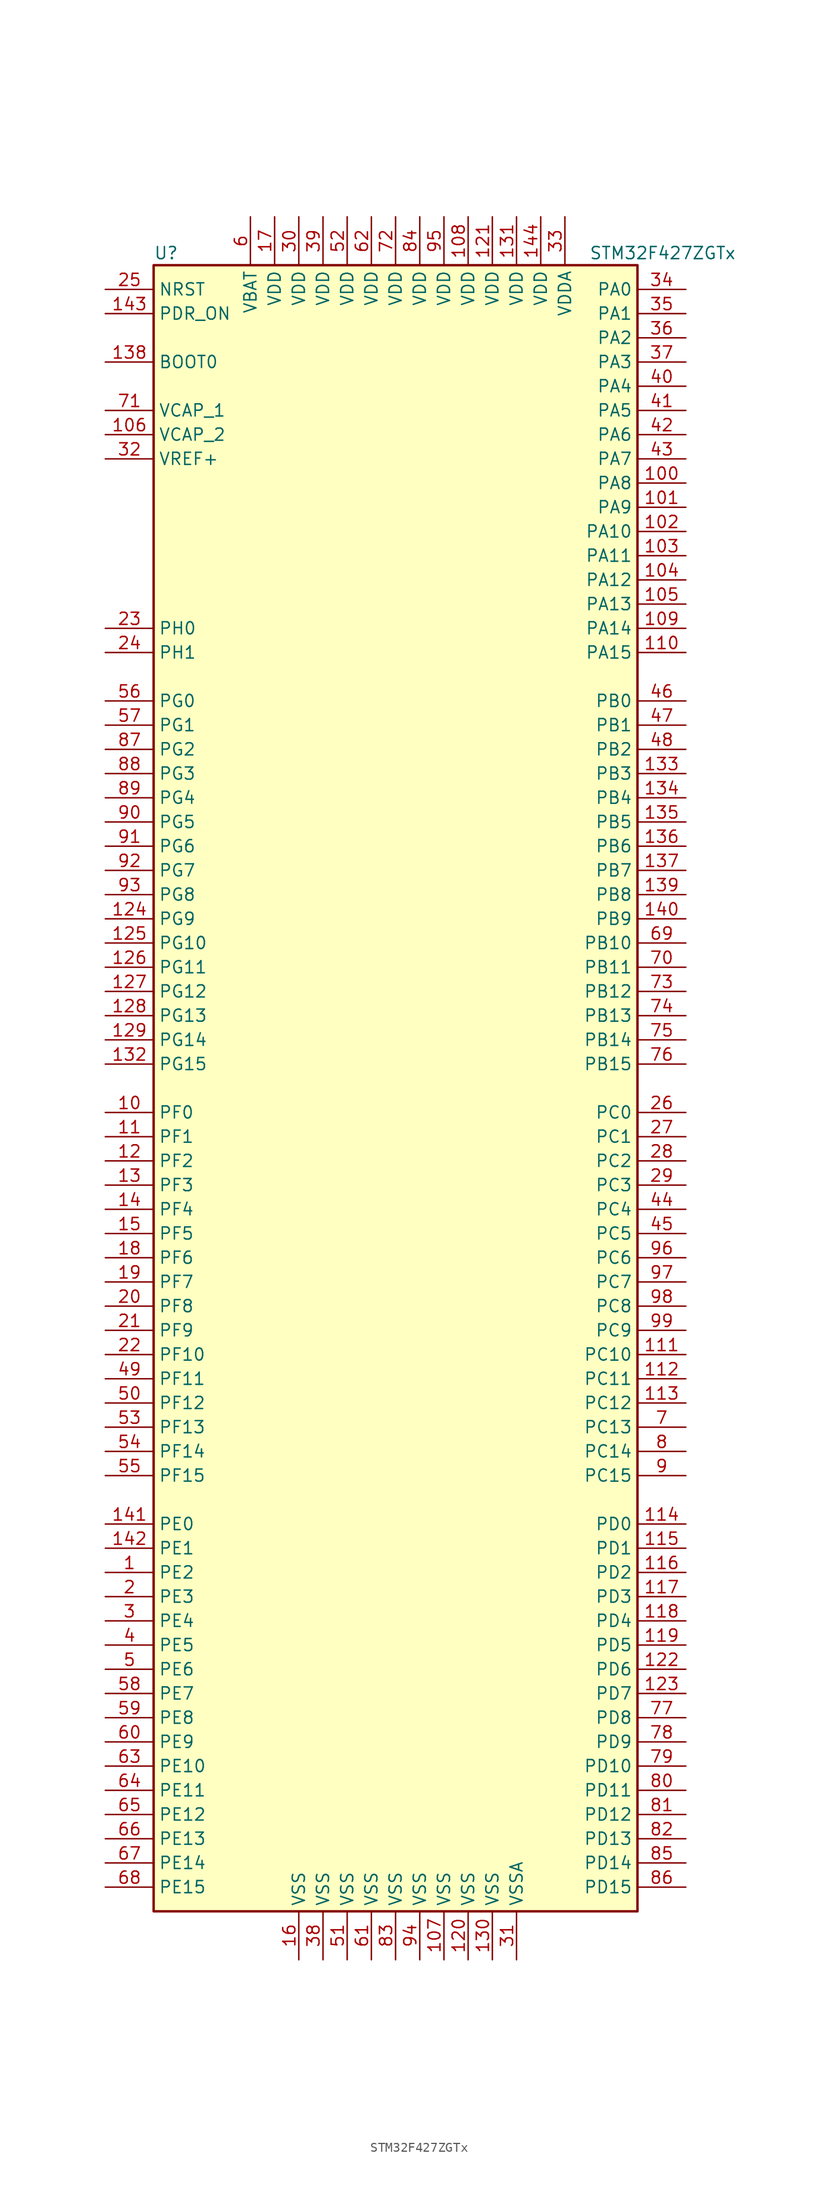
<source format=kicad_sym>
(kicad_symbol_lib
  (version 20211014)
  (generator kicad_symbol_editor)
  (symbol "STM32F427ZGTx"
    (property "Reference" "U"
      (at -25.4 87.63 0)
      (effects (font (size 1.27 1.27)) (justify left)))
    (property "Value" "STM32F427ZGTx"
      (at 20.32 87.63 0)
      (effects (font (size 1.27 1.27)) (justify left)))
    (symbol "STM32F427ZGTx_0_1"
      (rectangle (start -25.4 -86.36) (end 25.4 86.36) (stroke (width 0.254) (type default) (color 0 0 0 0)) (fill (type background))))
    (symbol "STM32F427ZGTx_1_1"
      (pin bidirectional line (at -30.48 -50.8 0) (length 5.08) (name "PE2" (effects (font (size 1.27 1.27)))) (number "1" (effects (font (size 1.27 1.27)))))
      (pin bidirectional line (at -30.48 -2.54 0) (length 5.08) (name "PF0" (effects (font (size 1.27 1.27)))) (number "10" (effects (font (size 1.27 1.27)))))
      (pin bidirectional line (at 30.48 63.5 180) (length 5.08) (name "PA8" (effects (font (size 1.27 1.27)))) (number "100" (effects (font (size 1.27 1.27)))))
      (pin bidirectional line (at 30.48 60.96 180) (length 5.08) (name "PA9" (effects (font (size 1.27 1.27)))) (number "101" (effects (font (size 1.27 1.27)))))
      (pin bidirectional line (at 30.48 58.42 180) (length 5.08) (name "PA10" (effects (font (size 1.27 1.27)))) (number "102" (effects (font (size 1.27 1.27)))))
      (pin bidirectional line (at 30.48 55.88 180) (length 5.08) (name "PA11" (effects (font (size 1.27 1.27)))) (number "103" (effects (font (size 1.27 1.27)))))
      (pin bidirectional line (at 30.48 53.34 180) (length 5.08) (name "PA12" (effects (font (size 1.27 1.27)))) (number "104" (effects (font (size 1.27 1.27)))))
      (pin bidirectional line (at 30.48 50.8 180) (length 5.08) (name "PA13" (effects (font (size 1.27 1.27)))) (number "105" (effects (font (size 1.27 1.27)))))
      (pin power_in line (at -30.48 68.58 0) (length 5.08) (name "VCAP_2" (effects (font (size 1.27 1.27)))) (number "106" (effects (font (size 1.27 1.27)))))
      (pin power_in line (at 5.08 -91.44 90) (length 5.08) (name "VSS" (effects (font (size 1.27 1.27)))) (number "107" (effects (font (size 1.27 1.27)))))
      (pin power_in line (at 7.62 91.44 270) (length 5.08) (name "VDD" (effects (font (size 1.27 1.27)))) (number "108" (effects (font (size 1.27 1.27)))))
      (pin bidirectional line (at 30.48 48.26 180) (length 5.08) (name "PA14" (effects (font (size 1.27 1.27)))) (number "109" (effects (font (size 1.27 1.27)))))
      (pin bidirectional line (at -30.48 -5.08 0) (length 5.08) (name "PF1" (effects (font (size 1.27 1.27)))) (number "11" (effects (font (size 1.27 1.27)))))
      (pin bidirectional line (at 30.48 45.72 180) (length 5.08) (name "PA15" (effects (font (size 1.27 1.27)))) (number "110" (effects (font (size 1.27 1.27)))))
      (pin bidirectional line (at 30.48 -27.94 180) (length 5.08) (name "PC10" (effects (font (size 1.27 1.27)))) (number "111" (effects (font (size 1.27 1.27)))))
      (pin bidirectional line (at 30.48 -30.48 180) (length 5.08) (name "PC11" (effects (font (size 1.27 1.27)))) (number "112" (effects (font (size 1.27 1.27)))))
      (pin bidirectional line (at 30.48 -33.02 180) (length 5.08) (name "PC12" (effects (font (size 1.27 1.27)))) (number "113" (effects (font (size 1.27 1.27)))))
      (pin bidirectional line (at 30.48 -45.72 180) (length 5.08) (name "PD0" (effects (font (size 1.27 1.27)))) (number "114" (effects (font (size 1.27 1.27)))))
      (pin bidirectional line (at 30.48 -48.26 180) (length 5.08) (name "PD1" (effects (font (size 1.27 1.27)))) (number "115" (effects (font (size 1.27 1.27)))))
      (pin bidirectional line (at 30.48 -50.8 180) (length 5.08) (name "PD2" (effects (font (size 1.27 1.27)))) (number "116" (effects (font (size 1.27 1.27)))))
      (pin bidirectional line (at 30.48 -53.34 180) (length 5.08) (name "PD3" (effects (font (size 1.27 1.27)))) (number "117" (effects (font (size 1.27 1.27)))))
      (pin bidirectional line (at 30.48 -55.88 180) (length 5.08) (name "PD4" (effects (font (size 1.27 1.27)))) (number "118" (effects (font (size 1.27 1.27)))))
      (pin bidirectional line (at 30.48 -58.42 180) (length 5.08) (name "PD5" (effects (font (size 1.27 1.27)))) (number "119" (effects (font (size 1.27 1.27)))))
      (pin bidirectional line (at -30.48 -7.62 0) (length 5.08) (name "PF2" (effects (font (size 1.27 1.27)))) (number "12" (effects (font (size 1.27 1.27)))))
      (pin power_in line (at 7.62 -91.44 90) (length 5.08) (name "VSS" (effects (font (size 1.27 1.27)))) (number "120" (effects (font (size 1.27 1.27)))))
      (pin power_in line (at 10.16 91.44 270) (length 5.08) (name "VDD" (effects (font (size 1.27 1.27)))) (number "121" (effects (font (size 1.27 1.27)))))
      (pin bidirectional line (at 30.48 -60.96 180) (length 5.08) (name "PD6" (effects (font (size 1.27 1.27)))) (number "122" (effects (font (size 1.27 1.27)))))
      (pin bidirectional line (at 30.48 -63.5 180) (length 5.08) (name "PD7" (effects (font (size 1.27 1.27)))) (number "123" (effects (font (size 1.27 1.27)))))
      (pin bidirectional line (at -30.48 17.78 0) (length 5.08) (name "PG9" (effects (font (size 1.27 1.27)))) (number "124" (effects (font (size 1.27 1.27)))))
      (pin bidirectional line (at -30.48 15.24 0) (length 5.08) (name "PG10" (effects (font (size 1.27 1.27)))) (number "125" (effects (font (size 1.27 1.27)))))
      (pin bidirectional line (at -30.48 12.7 0) (length 5.08) (name "PG11" (effects (font (size 1.27 1.27)))) (number "126" (effects (font (size 1.27 1.27)))))
      (pin bidirectional line (at -30.48 10.16 0) (length 5.08) (name "PG12" (effects (font (size 1.27 1.27)))) (number "127" (effects (font (size 1.27 1.27)))))
      (pin bidirectional line (at -30.48 7.62 0) (length 5.08) (name "PG13" (effects (font (size 1.27 1.27)))) (number "128" (effects (font (size 1.27 1.27)))))
      (pin bidirectional line (at -30.48 5.08 0) (length 5.08) (name "PG14" (effects (font (size 1.27 1.27)))) (number "129" (effects (font (size 1.27 1.27)))))
      (pin bidirectional line (at -30.48 -10.16 0) (length 5.08) (name "PF3" (effects (font (size 1.27 1.27)))) (number "13" (effects (font (size 1.27 1.27)))))
      (pin power_in line (at 10.16 -91.44 90) (length 5.08) (name "VSS" (effects (font (size 1.27 1.27)))) (number "130" (effects (font (size 1.27 1.27)))))
      (pin power_in line (at 12.7 91.44 270) (length 5.08) (name "VDD" (effects (font (size 1.27 1.27)))) (number "131" (effects (font (size 1.27 1.27)))))
      (pin bidirectional line (at -30.48 2.54 0) (length 5.08) (name "PG15" (effects (font (size 1.27 1.27)))) (number "132" (effects (font (size 1.27 1.27)))))
      (pin bidirectional line (at 30.48 33.02 180) (length 5.08) (name "PB3" (effects (font (size 1.27 1.27)))) (number "133" (effects (font (size 1.27 1.27)))))
      (pin bidirectional line (at 30.48 30.48 180) (length 5.08) (name "PB4" (effects (font (size 1.27 1.27)))) (number "134" (effects (font (size 1.27 1.27)))))
      (pin bidirectional line (at 30.48 27.94 180) (length 5.08) (name "PB5" (effects (font (size 1.27 1.27)))) (number "135" (effects (font (size 1.27 1.27)))))
      (pin bidirectional line (at 30.48 25.4 180) (length 5.08) (name "PB6" (effects (font (size 1.27 1.27)))) (number "136" (effects (font (size 1.27 1.27)))))
      (pin bidirectional line (at 30.48 22.86 180) (length 5.08) (name "PB7" (effects (font (size 1.27 1.27)))) (number "137" (effects (font (size 1.27 1.27)))))
      (pin input line (at -30.48 76.2 0) (length 5.08) (name "BOOT0" (effects (font (size 1.27 1.27)))) (number "138" (effects (font (size 1.27 1.27)))))
      (pin bidirectional line (at 30.48 20.32 180) (length 5.08) (name "PB8" (effects (font (size 1.27 1.27)))) (number "139" (effects (font (size 1.27 1.27)))))
      (pin bidirectional line (at -30.48 -12.7 0) (length 5.08) (name "PF4" (effects (font (size 1.27 1.27)))) (number "14" (effects (font (size 1.27 1.27)))))
      (pin bidirectional line (at 30.48 17.78 180) (length 5.08) (name "PB9" (effects (font (size 1.27 1.27)))) (number "140" (effects (font (size 1.27 1.27)))))
      (pin bidirectional line (at -30.48 -45.72 0) (length 5.08) (name "PE0" (effects (font (size 1.27 1.27)))) (number "141" (effects (font (size 1.27 1.27)))))
      (pin bidirectional line (at -30.48 -48.26 0) (length 5.08) (name "PE1" (effects (font (size 1.27 1.27)))) (number "142" (effects (font (size 1.27 1.27)))))
      (pin input line (at -30.48 81.28 0) (length 5.08) (name "PDR_ON" (effects (font (size 1.27 1.27)))) (number "143" (effects (font (size 1.27 1.27)))))
      (pin power_in line (at 15.24 91.44 270) (length 5.08) (name "VDD" (effects (font (size 1.27 1.27)))) (number "144" (effects (font (size 1.27 1.27)))))
      (pin bidirectional line (at -30.48 -15.24 0) (length 5.08) (name "PF5" (effects (font (size 1.27 1.27)))) (number "15" (effects (font (size 1.27 1.27)))))
      (pin power_in line (at -10.16 -91.44 90) (length 5.08) (name "VSS" (effects (font (size 1.27 1.27)))) (number "16" (effects (font (size 1.27 1.27)))))
      (pin power_in line (at -12.7 91.44 270) (length 5.08) (name "VDD" (effects (font (size 1.27 1.27)))) (number "17" (effects (font (size 1.27 1.27)))))
      (pin bidirectional line (at -30.48 -17.78 0) (length 5.08) (name "PF6" (effects (font (size 1.27 1.27)))) (number "18" (effects (font (size 1.27 1.27)))))
      (pin bidirectional line (at -30.48 -20.32 0) (length 5.08) (name "PF7" (effects (font (size 1.27 1.27)))) (number "19" (effects (font (size 1.27 1.27)))))
      (pin bidirectional line (at -30.48 -53.34 0) (length 5.08) (name "PE3" (effects (font (size 1.27 1.27)))) (number "2" (effects (font (size 1.27 1.27)))))
      (pin bidirectional line (at -30.48 -22.86 0) (length 5.08) (name "PF8" (effects (font (size 1.27 1.27)))) (number "20" (effects (font (size 1.27 1.27)))))
      (pin bidirectional line (at -30.48 -25.4 0) (length 5.08) (name "PF9" (effects (font (size 1.27 1.27)))) (number "21" (effects (font (size 1.27 1.27)))))
      (pin bidirectional line (at -30.48 -27.94 0) (length 5.08) (name "PF10" (effects (font (size 1.27 1.27)))) (number "22" (effects (font (size 1.27 1.27)))))
      (pin input line (at -30.48 48.26 0) (length 5.08) (name "PH0" (effects (font (size 1.27 1.27)))) (number "23" (effects (font (size 1.27 1.27)))))
      (pin input line (at -30.48 45.72 0) (length 5.08) (name "PH1" (effects (font (size 1.27 1.27)))) (number "24" (effects (font (size 1.27 1.27)))))
      (pin input line (at -30.48 83.82 0) (length 5.08) (name "NRST" (effects (font (size 1.27 1.27)))) (number "25" (effects (font (size 1.27 1.27)))))
      (pin bidirectional line (at 30.48 -2.54 180) (length 5.08) (name "PC0" (effects (font (size 1.27 1.27)))) (number "26" (effects (font (size 1.27 1.27)))))
      (pin bidirectional line (at 30.48 -5.08 180) (length 5.08) (name "PC1" (effects (font (size 1.27 1.27)))) (number "27" (effects (font (size 1.27 1.27)))))
      (pin bidirectional line (at 30.48 -7.62 180) (length 5.08) (name "PC2" (effects (font (size 1.27 1.27)))) (number "28" (effects (font (size 1.27 1.27)))))
      (pin bidirectional line (at 30.48 -10.16 180) (length 5.08) (name "PC3" (effects (font (size 1.27 1.27)))) (number "29" (effects (font (size 1.27 1.27)))))
      (pin bidirectional line (at -30.48 -55.88 0) (length 5.08) (name "PE4" (effects (font (size 1.27 1.27)))) (number "3" (effects (font (size 1.27 1.27)))))
      (pin power_in line (at -10.16 91.44 270) (length 5.08) (name "VDD" (effects (font (size 1.27 1.27)))) (number "30" (effects (font (size 1.27 1.27)))))
      (pin power_in line (at 12.7 -91.44 90) (length 5.08) (name "VSSA" (effects (font (size 1.27 1.27)))) (number "31" (effects (font (size 1.27 1.27)))))
      (pin power_in line (at -30.48 66.04 0) (length 5.08) (name "VREF+" (effects (font (size 1.27 1.27)))) (number "32" (effects (font (size 1.27 1.27)))))
      (pin power_in line (at 17.78 91.44 270) (length 5.08) (name "VDDA" (effects (font (size 1.27 1.27)))) (number "33" (effects (font (size 1.27 1.27)))))
      (pin bidirectional line (at 30.48 83.82 180) (length 5.08) (name "PA0" (effects (font (size 1.27 1.27)))) (number "34" (effects (font (size 1.27 1.27)))))
      (pin bidirectional line (at 30.48 81.28 180) (length 5.08) (name "PA1" (effects (font (size 1.27 1.27)))) (number "35" (effects (font (size 1.27 1.27)))))
      (pin bidirectional line (at 30.48 78.74 180) (length 5.08) (name "PA2" (effects (font (size 1.27 1.27)))) (number "36" (effects (font (size 1.27 1.27)))))
      (pin bidirectional line (at 30.48 76.2 180) (length 5.08) (name "PA3" (effects (font (size 1.27 1.27)))) (number "37" (effects (font (size 1.27 1.27)))))
      (pin power_in line (at -7.62 -91.44 90) (length 5.08) (name "VSS" (effects (font (size 1.27 1.27)))) (number "38" (effects (font (size 1.27 1.27)))))
      (pin power_in line (at -7.62 91.44 270) (length 5.08) (name "VDD" (effects (font (size 1.27 1.27)))) (number "39" (effects (font (size 1.27 1.27)))))
      (pin bidirectional line (at -30.48 -58.42 0) (length 5.08) (name "PE5" (effects (font (size 1.27 1.27)))) (number "4" (effects (font (size 1.27 1.27)))))
      (pin bidirectional line (at 30.48 73.66 180) (length 5.08) (name "PA4" (effects (font (size 1.27 1.27)))) (number "40" (effects (font (size 1.27 1.27)))))
      (pin bidirectional line (at 30.48 71.12 180) (length 5.08) (name "PA5" (effects (font (size 1.27 1.27)))) (number "41" (effects (font (size 1.27 1.27)))))
      (pin bidirectional line (at 30.48 68.58 180) (length 5.08) (name "PA6" (effects (font (size 1.27 1.27)))) (number "42" (effects (font (size 1.27 1.27)))))
      (pin bidirectional line (at 30.48 66.04 180) (length 5.08) (name "PA7" (effects (font (size 1.27 1.27)))) (number "43" (effects (font (size 1.27 1.27)))))
      (pin bidirectional line (at 30.48 -12.7 180) (length 5.08) (name "PC4" (effects (font (size 1.27 1.27)))) (number "44" (effects (font (size 1.27 1.27)))))
      (pin bidirectional line (at 30.48 -15.24 180) (length 5.08) (name "PC5" (effects (font (size 1.27 1.27)))) (number "45" (effects (font (size 1.27 1.27)))))
      (pin bidirectional line (at 30.48 40.64 180) (length 5.08) (name "PB0" (effects (font (size 1.27 1.27)))) (number "46" (effects (font (size 1.27 1.27)))))
      (pin bidirectional line (at 30.48 38.1 180) (length 5.08) (name "PB1" (effects (font (size 1.27 1.27)))) (number "47" (effects (font (size 1.27 1.27)))))
      (pin bidirectional line (at 30.48 35.56 180) (length 5.08) (name "PB2" (effects (font (size 1.27 1.27)))) (number "48" (effects (font (size 1.27 1.27)))))
      (pin bidirectional line (at -30.48 -30.48 0) (length 5.08) (name "PF11" (effects (font (size 1.27 1.27)))) (number "49" (effects (font (size 1.27 1.27)))))
      (pin bidirectional line (at -30.48 -60.96 0) (length 5.08) (name "PE6" (effects (font (size 1.27 1.27)))) (number "5" (effects (font (size 1.27 1.27)))))
      (pin bidirectional line (at -30.48 -33.02 0) (length 5.08) (name "PF12" (effects (font (size 1.27 1.27)))) (number "50" (effects (font (size 1.27 1.27)))))
      (pin power_in line (at -5.08 -91.44 90) (length 5.08) (name "VSS" (effects (font (size 1.27 1.27)))) (number "51" (effects (font (size 1.27 1.27)))))
      (pin power_in line (at -5.08 91.44 270) (length 5.08) (name "VDD" (effects (font (size 1.27 1.27)))) (number "52" (effects (font (size 1.27 1.27)))))
      (pin bidirectional line (at -30.48 -35.56 0) (length 5.08) (name "PF13" (effects (font (size 1.27 1.27)))) (number "53" (effects (font (size 1.27 1.27)))))
      (pin bidirectional line (at -30.48 -38.1 0) (length 5.08) (name "PF14" (effects (font (size 1.27 1.27)))) (number "54" (effects (font (size 1.27 1.27)))))
      (pin bidirectional line (at -30.48 -40.64 0) (length 5.08) (name "PF15" (effects (font (size 1.27 1.27)))) (number "55" (effects (font (size 1.27 1.27)))))
      (pin bidirectional line (at -30.48 40.64 0) (length 5.08) (name "PG0" (effects (font (size 1.27 1.27)))) (number "56" (effects (font (size 1.27 1.27)))))
      (pin bidirectional line (at -30.48 38.1 0) (length 5.08) (name "PG1" (effects (font (size 1.27 1.27)))) (number "57" (effects (font (size 1.27 1.27)))))
      (pin bidirectional line (at -30.48 -63.5 0) (length 5.08) (name "PE7" (effects (font (size 1.27 1.27)))) (number "58" (effects (font (size 1.27 1.27)))))
      (pin bidirectional line (at -30.48 -66.04 0) (length 5.08) (name "PE8" (effects (font (size 1.27 1.27)))) (number "59" (effects (font (size 1.27 1.27)))))
      (pin power_in line (at -15.24 91.44 270) (length 5.08) (name "VBAT" (effects (font (size 1.27 1.27)))) (number "6" (effects (font (size 1.27 1.27)))))
      (pin bidirectional line (at -30.48 -68.58 0) (length 5.08) (name "PE9" (effects (font (size 1.27 1.27)))) (number "60" (effects (font (size 1.27 1.27)))))
      (pin power_in line (at -2.54 -91.44 90) (length 5.08) (name "VSS" (effects (font (size 1.27 1.27)))) (number "61" (effects (font (size 1.27 1.27)))))
      (pin power_in line (at -2.54 91.44 270) (length 5.08) (name "VDD" (effects (font (size 1.27 1.27)))) (number "62" (effects (font (size 1.27 1.27)))))
      (pin bidirectional line (at -30.48 -71.12 0) (length 5.08) (name "PE10" (effects (font (size 1.27 1.27)))) (number "63" (effects (font (size 1.27 1.27)))))
      (pin bidirectional line (at -30.48 -73.66 0) (length 5.08) (name "PE11" (effects (font (size 1.27 1.27)))) (number "64" (effects (font (size 1.27 1.27)))))
      (pin bidirectional line (at -30.48 -76.2 0) (length 5.08) (name "PE12" (effects (font (size 1.27 1.27)))) (number "65" (effects (font (size 1.27 1.27)))))
      (pin bidirectional line (at -30.48 -78.74 0) (length 5.08) (name "PE13" (effects (font (size 1.27 1.27)))) (number "66" (effects (font (size 1.27 1.27)))))
      (pin bidirectional line (at -30.48 -81.28 0) (length 5.08) (name "PE14" (effects (font (size 1.27 1.27)))) (number "67" (effects (font (size 1.27 1.27)))))
      (pin bidirectional line (at -30.48 -83.82 0) (length 5.08) (name "PE15" (effects (font (size 1.27 1.27)))) (number "68" (effects (font (size 1.27 1.27)))))
      (pin bidirectional line (at 30.48 15.24 180) (length 5.08) (name "PB10" (effects (font (size 1.27 1.27)))) (number "69" (effects (font (size 1.27 1.27)))))
      (pin bidirectional line (at 30.48 -35.56 180) (length 5.08) (name "PC13" (effects (font (size 1.27 1.27)))) (number "7" (effects (font (size 1.27 1.27)))))
      (pin bidirectional line (at 30.48 12.7 180) (length 5.08) (name "PB11" (effects (font (size 1.27 1.27)))) (number "70" (effects (font (size 1.27 1.27)))))
      (pin power_in line (at -30.48 71.12 0) (length 5.08) (name "VCAP_1" (effects (font (size 1.27 1.27)))) (number "71" (effects (font (size 1.27 1.27)))))
      (pin power_in line (at 0 91.44 270) (length 5.08) (name "VDD" (effects (font (size 1.27 1.27)))) (number "72" (effects (font (size 1.27 1.27)))))
      (pin bidirectional line (at 30.48 10.16 180) (length 5.08) (name "PB12" (effects (font (size 1.27 1.27)))) (number "73" (effects (font (size 1.27 1.27)))))
      (pin bidirectional line (at 30.48 7.62 180) (length 5.08) (name "PB13" (effects (font (size 1.27 1.27)))) (number "74" (effects (font (size 1.27 1.27)))))
      (pin bidirectional line (at 30.48 5.08 180) (length 5.08) (name "PB14" (effects (font (size 1.27 1.27)))) (number "75" (effects (font (size 1.27 1.27)))))
      (pin bidirectional line (at 30.48 2.54 180) (length 5.08) (name "PB15" (effects (font (size 1.27 1.27)))) (number "76" (effects (font (size 1.27 1.27)))))
      (pin bidirectional line (at 30.48 -66.04 180) (length 5.08) (name "PD8" (effects (font (size 1.27 1.27)))) (number "77" (effects (font (size 1.27 1.27)))))
      (pin bidirectional line (at 30.48 -68.58 180) (length 5.08) (name "PD9" (effects (font (size 1.27 1.27)))) (number "78" (effects (font (size 1.27 1.27)))))
      (pin bidirectional line (at 30.48 -71.12 180) (length 5.08) (name "PD10" (effects (font (size 1.27 1.27)))) (number "79" (effects (font (size 1.27 1.27)))))
      (pin bidirectional line (at 30.48 -38.1 180) (length 5.08) (name "PC14" (effects (font (size 1.27 1.27)))) (number "8" (effects (font (size 1.27 1.27)))))
      (pin bidirectional line (at 30.48 -73.66 180) (length 5.08) (name "PD11" (effects (font (size 1.27 1.27)))) (number "80" (effects (font (size 1.27 1.27)))))
      (pin bidirectional line (at 30.48 -76.2 180) (length 5.08) (name "PD12" (effects (font (size 1.27 1.27)))) (number "81" (effects (font (size 1.27 1.27)))))
      (pin bidirectional line (at 30.48 -78.74 180) (length 5.08) (name "PD13" (effects (font (size 1.27 1.27)))) (number "82" (effects (font (size 1.27 1.27)))))
      (pin power_in line (at 0 -91.44 90) (length 5.08) (name "VSS" (effects (font (size 1.27 1.27)))) (number "83" (effects (font (size 1.27 1.27)))))
      (pin power_in line (at 2.54 91.44 270) (length 5.08) (name "VDD" (effects (font (size 1.27 1.27)))) (number "84" (effects (font (size 1.27 1.27)))))
      (pin bidirectional line (at 30.48 -81.28 180) (length 5.08) (name "PD14" (effects (font (size 1.27 1.27)))) (number "85" (effects (font (size 1.27 1.27)))))
      (pin bidirectional line (at 30.48 -83.82 180) (length 5.08) (name "PD15" (effects (font (size 1.27 1.27)))) (number "86" (effects (font (size 1.27 1.27)))))
      (pin bidirectional line (at -30.48 35.56 0) (length 5.08) (name "PG2" (effects (font (size 1.27 1.27)))) (number "87" (effects (font (size 1.27 1.27)))))
      (pin bidirectional line (at -30.48 33.02 0) (length 5.08) (name "PG3" (effects (font (size 1.27 1.27)))) (number "88" (effects (font (size 1.27 1.27)))))
      (pin bidirectional line (at -30.48 30.48 0) (length 5.08) (name "PG4" (effects (font (size 1.27 1.27)))) (number "89" (effects (font (size 1.27 1.27)))))
      (pin bidirectional line (at 30.48 -40.64 180) (length 5.08) (name "PC15" (effects (font (size 1.27 1.27)))) (number "9" (effects (font (size 1.27 1.27)))))
      (pin bidirectional line (at -30.48 27.94 0) (length 5.08) (name "PG5" (effects (font (size 1.27 1.27)))) (number "90" (effects (font (size 1.27 1.27)))))
      (pin bidirectional line (at -30.48 25.4 0) (length 5.08) (name "PG6" (effects (font (size 1.27 1.27)))) (number "91" (effects (font (size 1.27 1.27)))))
      (pin bidirectional line (at -30.48 22.86 0) (length 5.08) (name "PG7" (effects (font (size 1.27 1.27)))) (number "92" (effects (font (size 1.27 1.27)))))
      (pin bidirectional line (at -30.48 20.32 0) (length 5.08) (name "PG8" (effects (font (size 1.27 1.27)))) (number "93" (effects (font (size 1.27 1.27)))))
      (pin power_in line (at 2.54 -91.44 90) (length 5.08) (name "VSS" (effects (font (size 1.27 1.27)))) (number "94" (effects (font (size 1.27 1.27)))))
      (pin power_in line (at 5.08 91.44 270) (length 5.08) (name "VDD" (effects (font (size 1.27 1.27)))) (number "95" (effects (font (size 1.27 1.27)))))
      (pin bidirectional line (at 30.48 -17.78 180) (length 5.08) (name "PC6" (effects (font (size 1.27 1.27)))) (number "96" (effects (font (size 1.27 1.27)))))
      (pin bidirectional line (at 30.48 -20.32 180) (length 5.08) (name "PC7" (effects (font (size 1.27 1.27)))) (number "97" (effects (font (size 1.27 1.27)))))
      (pin bidirectional line (at 30.48 -22.86 180) (length 5.08) (name "PC8" (effects (font (size 1.27 1.27)))) (number "98" (effects (font (size 1.27 1.27)))))
      (pin bidirectional line (at 30.48 -25.4 180) (length 5.08) (name "PC9" (effects (font (size 1.27 1.27)))) (number "99" (effects (font (size 1.27 1.27))))))))
</source>
